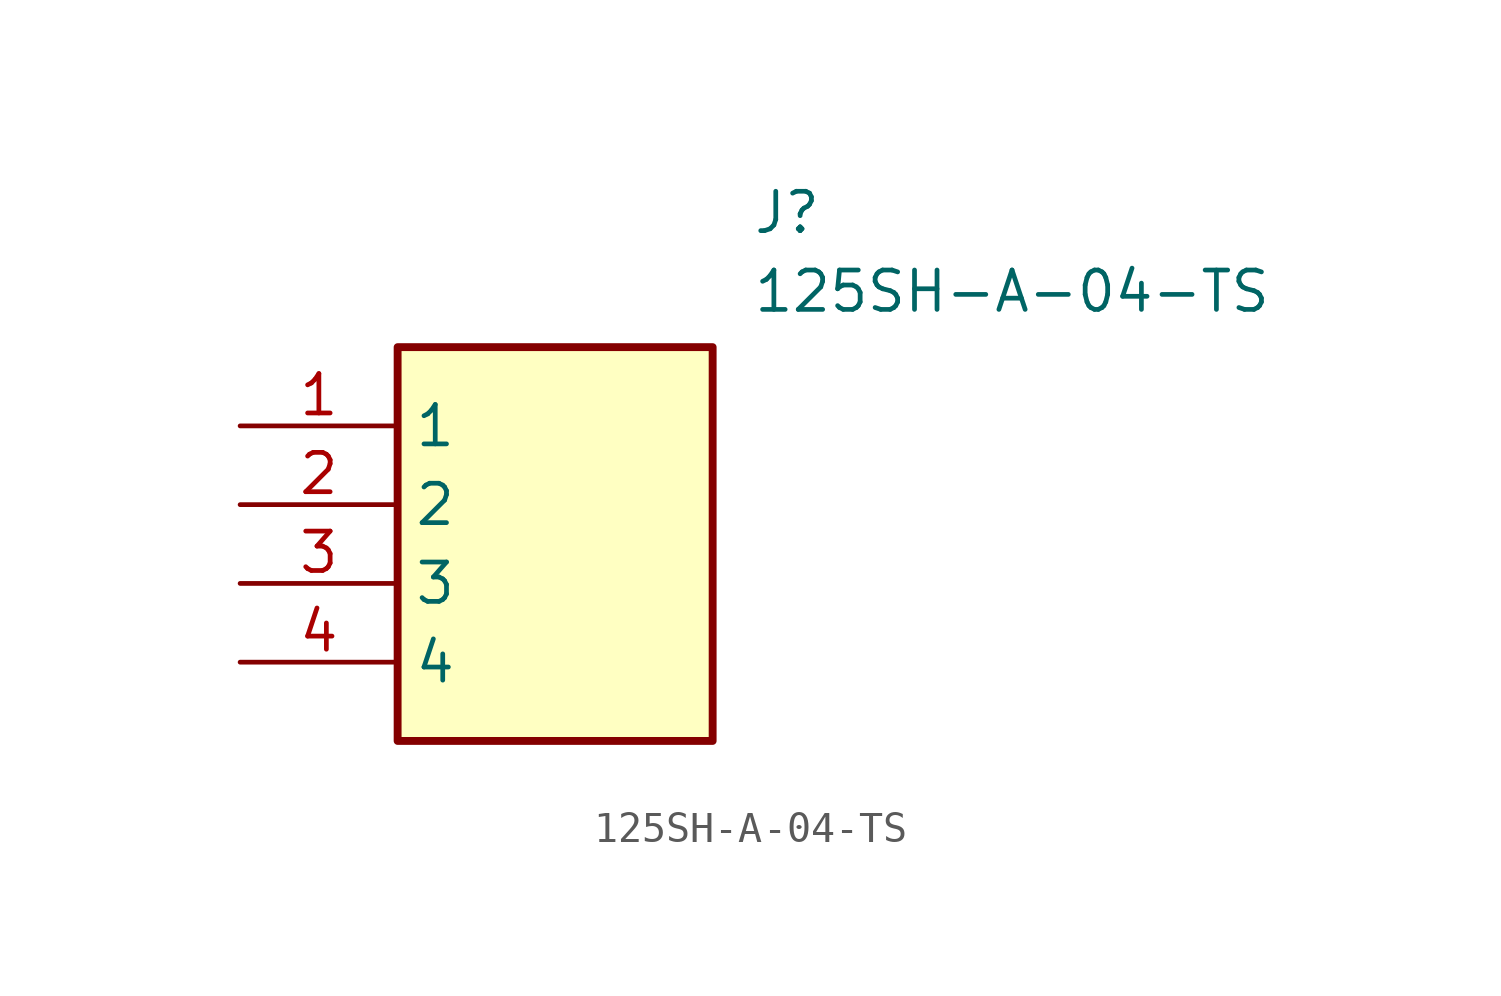
<source format=kicad_sym>
(kicad_symbol_lib
  (version 20211014)
  (generator SamacSys_ECAD_Model)
  (symbol "125SH-A-04-TS"
    (property "Reference" "J"
      (at 16.51 7.62 0)
      (effects (font (size 1.27 1.27)) (justify left top)))
    (property "Value" "125SH-A-04-TS"
      (at 16.51 5.08 0)
      (effects (font (size 1.27 1.27)) (justify left top)))
    (rectangle
      (start 5.08 2.54)
      (end 15.24 -10.16)
      (stroke (width 0.254) (type default))
      (fill (type background)))
    (pin passive line
      (at 0 0 0)
      (length 5.08)
      (name "1" (effects (font (size 1.27 1.27))))
      (number "1" (effects (font (size 1.27 1.27)))))
    (pin passive line
      (at 0 -2.54 0)
      (length 5.08)
      (name "2" (effects (font (size 1.27 1.27))))
      (number "2" (effects (font (size 1.27 1.27)))))
    (pin passive line
      (at 0 -5.08 0)
      (length 5.08)
      (name "3" (effects (font (size 1.27 1.27))))
      (number "3" (effects (font (size 1.27 1.27)))))
    (pin passive line
      (at 0 -7.62 0)
      (length 5.08)
      (name "4" (effects (font (size 1.27 1.27))))
      (number "4" (effects (font (size 1.27 1.27)))))))
</source>
